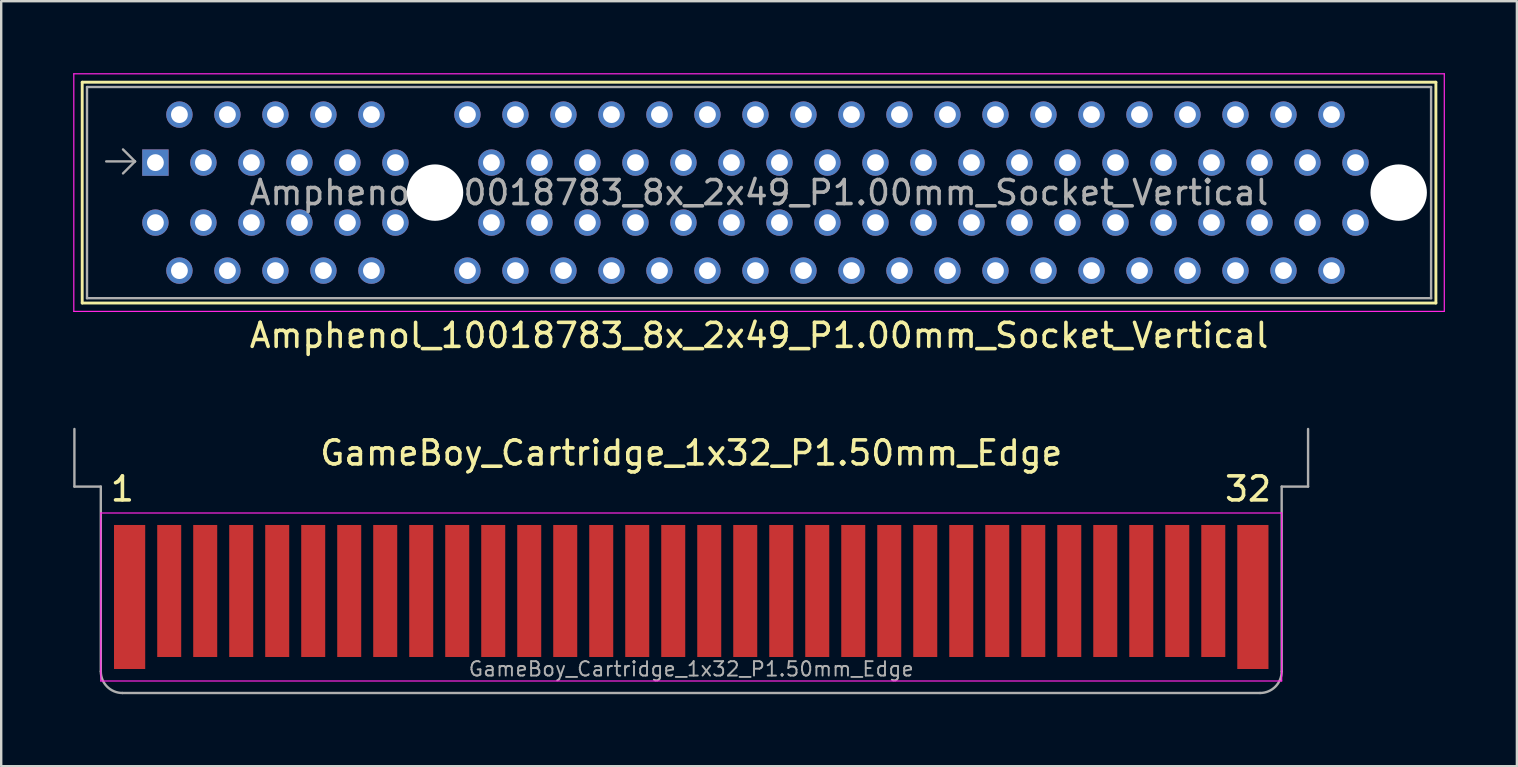
<source format=kicad_pcb>
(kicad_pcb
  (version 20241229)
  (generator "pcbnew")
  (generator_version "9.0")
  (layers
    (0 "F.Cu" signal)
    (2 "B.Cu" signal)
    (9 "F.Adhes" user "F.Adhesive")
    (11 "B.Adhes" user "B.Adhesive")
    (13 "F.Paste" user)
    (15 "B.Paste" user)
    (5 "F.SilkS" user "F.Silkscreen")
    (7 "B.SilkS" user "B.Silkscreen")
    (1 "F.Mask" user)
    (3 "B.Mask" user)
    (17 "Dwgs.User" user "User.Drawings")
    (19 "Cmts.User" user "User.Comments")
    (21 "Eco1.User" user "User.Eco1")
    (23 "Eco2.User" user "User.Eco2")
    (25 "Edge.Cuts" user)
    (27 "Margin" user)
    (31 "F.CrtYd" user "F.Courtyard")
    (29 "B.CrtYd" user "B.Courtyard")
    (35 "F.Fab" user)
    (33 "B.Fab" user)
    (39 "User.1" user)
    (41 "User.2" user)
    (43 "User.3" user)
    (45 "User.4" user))
  (footprint "Amphenol_10018783_8x_2x49_P1.00mm_Socket_Vertical"
    (layer "F.Cu")
    (at 3.425 3.725)
    (property "Reference" "Amphenol_10018783_8x_2x49_P1.00mm_Socket_Vertical" (at 25.15 7.2 0) (layer "F.SilkS") (effects (font (size 1 1) (thickness 0.15))))
    (attr through_hole)
    (fp_line (start -3.05 -3.35) (end -3.05 5.85) (stroke (width 0.12) (type solid)) (layer "F.SilkS"))
    (fp_line (start -3.05 5.85) (end 53.35 5.85) (stroke (width 0.12) (type solid)) (layer "F.SilkS"))
    (fp_line (start 53.35 -3.35) (end -3.05 -3.35) (stroke (width 0.12) (type solid)) (layer "F.SilkS"))
    (fp_line (start 53.35 5.85) (end 53.35 -3.35) (stroke (width 0.12) (type solid)) (layer "F.SilkS"))
    (fp_line (start -3.4 -3.7) (end -3.4 6.2) (stroke (width 0.05) (type solid)) (layer "F.CrtYd"))
    (fp_line (start -3.4 6.2) (end 53.7 6.2) (stroke (width 0.05) (type solid)) (layer "F.CrtYd"))
    (fp_line (start 53.7 -3.7) (end -3.4 -3.7) (stroke (width 0.05) (type solid)) (layer "F.CrtYd"))
    (fp_line (start 53.7 6.2) (end 53.7 -3.7) (stroke (width 0.05) (type solid)) (layer "F.CrtYd"))
    (fp_line (start -2.85 -3.15) (end -2.85 5.65) (stroke (width 0.1) (type solid)) (layer "F.Fab"))
    (fp_line (start -0.85 -0.05) (end -2.05 -0.05) (stroke (width 0.1) (type solid)) (layer "F.Fab"))
    (fp_line (start -0.85 -0.05) (end -1.35 -0.55) (stroke (width 0.1) (type solid)) (layer "F.Fab"))
    (fp_line (start -0.85 -0.05) (end -1.35 0.45) (stroke (width 0.1) (type solid)) (layer "F.Fab"))
    (fp_line (start 53.15 -3.15) (end -2.85 -3.15) (stroke (width 0.1) (type solid)) (layer "F.Fab"))
    (fp_line (start 53.15 -3.15) (end 53.15 5.65) (stroke (width 0.1) (type solid)) (layer "F.Fab"))
    (fp_line (start 53.15 5.65) (end -2.85 5.65) (stroke (width 0.1) (type solid)) (layer "F.Fab"))
    (fp_text user "${REFERENCE}" (at 25.15 1.25 0) (layer "F.Fab") (effects (font (size 1 1) (thickness 0.15))))
    (pad "" np_thru_hole circle (at 11.65 1.25) (size 2.35 2.35) (drill 2.35) (layers "*.Cu" "*.Mask"))
    (pad "" np_thru_hole circle (at 51.8 1.25) (size 2.35 2.35) (drill 2.35) (layers "*.Cu" "*.Mask"))
    (pad "A1" thru_hole rect (at 0 0) (size 1.1 1.1) (drill 0.7) (layers "*.Cu" "*.Mask"))
    (pad "A2" thru_hole circle (at 1 -2) (size 1.1 1.1) (drill 0.7) (layers "*.Cu" "*.Mask"))
    (pad "A3" thru_hole circle (at 2 0) (size 1.1 1.1) (drill 0.7) (layers "*.Cu" "*.Mask"))
    (pad "A4" thru_hole circle (at 3 -2) (size 1.1 1.1) (drill 0.7) (layers "*.Cu" "*.Mask"))
    (pad "A5" thru_hole circle (at 4 0) (size 1.1 1.1) (drill 0.7) (layers "*.Cu" "*.Mask"))
    (pad "A6" thru_hole circle (at 5 -2) (size 1.1 1.1) (drill 0.7) (layers "*.Cu" "*.Mask"))
    (pad "A7" thru_hole circle (at 6 0) (size 1.1 1.1) (drill 0.7) (layers "*.Cu" "*.Mask"))
    (pad "A8" thru_hole circle (at 7 -2) (size 1.1 1.1) (drill 0.7) (layers "*.Cu" "*.Mask"))
    (pad "A9" thru_hole circle (at 8 0) (size 1.1 1.1) (drill 0.7) (layers "*.Cu" "*.Mask"))
    (pad "A10" thru_hole circle (at 9 -2) (size 1.1 1.1) (drill 0.7) (layers "*.Cu" "*.Mask"))
    (pad "A11" thru_hole circle (at 10 0) (size 1.1 1.1) (drill 0.7) (layers "*.Cu" "*.Mask"))
    (pad "A12" thru_hole circle (at 13 -2) (size 1.1 1.1) (drill 0.7) (layers "*.Cu" "*.Mask"))
    (pad "A13" thru_hole circle (at 14 0) (size 1.1 1.1) (drill 0.7) (layers "*.Cu" "*.Mask"))
    (pad "A14" thru_hole circle (at 15 -2) (size 1.1 1.1) (drill 0.7) (layers "*.Cu" "*.Mask"))
    (pad "A15" thru_hole circle (at 16 0) (size 1.1 1.1) (drill 0.7) (layers "*.Cu" "*.Mask"))
    (pad "A16" thru_hole circle (at 17 -2) (size 1.1 1.1) (drill 0.7) (layers "*.Cu" "*.Mask"))
    (pad "A17" thru_hole circle (at 18 0) (size 1.1 1.1) (drill 0.7) (layers "*.Cu" "*.Mask"))
    (pad "A18" thru_hole circle (at 19 -2) (size 1.1 1.1) (drill 0.7) (layers "*.Cu" "*.Mask"))
    (pad "A19" thru_hole circle (at 20 0) (size 1.1 1.1) (drill 0.7) (layers "*.Cu" "*.Mask"))
    (pad "A20" thru_hole circle (at 21 -2) (size 1.1 1.1) (drill 0.7) (layers "*.Cu" "*.Mask"))
    (pad "A21" thru_hole circle (at 22 0) (size 1.1 1.1) (drill 0.7) (layers "*.Cu" "*.Mask"))
    (pad "A22" thru_hole circle (at 23 -2) (size 1.1 1.1) (drill 0.7) (layers "*.Cu" "*.Mask"))
    (pad "A23" thru_hole circle (at 24 0) (size 1.1 1.1) (drill 0.7) (layers "*.Cu" "*.Mask"))
    (pad "A24" thru_hole circle (at 25 -2) (size 1.1 1.1) (drill 0.7) (layers "*.Cu" "*.Mask"))
    (pad "A25" thru_hole circle (at 26 0) (size 1.1 1.1) (drill 0.7) (layers "*.Cu" "*.Mask"))
    (pad "A26" thru_hole circle (at 27 -2) (size 1.1 1.1) (drill 0.7) (layers "*.Cu" "*.Mask"))
    (pad "A27" thru_hole circle (at 28 0) (size 1.1 1.1) (drill 0.7) (layers "*.Cu" "*.Mask"))
    (pad "A28" thru_hole circle (at 29 -2) (size 1.1 1.1) (drill 0.7) (layers "*.Cu" "*.Mask"))
    (pad "A29" thru_hole circle (at 30 0) (size 1.1 1.1) (drill 0.7) (layers "*.Cu" "*.Mask"))
    (pad "A30" thru_hole circle (at 31 -2) (size 1.1 1.1) (drill 0.7) (layers "*.Cu" "*.Mask"))
    (pad "A31" thru_hole circle (at 32 0) (size 1.1 1.1) (drill 0.7) (layers "*.Cu" "*.Mask"))
    (pad "A32" thru_hole circle (at 33 -2) (size 1.1 1.1) (drill 0.7) (layers "*.Cu" "*.Mask"))
    (pad "A33" thru_hole circle (at 34 0) (size 1.1 1.1) (drill 0.7) (layers "*.Cu" "*.Mask"))
    (pad "A34" thru_hole circle (at 35 -2) (size 1.1 1.1) (drill 0.7) (layers "*.Cu" "*.Mask"))
    (pad "A35" thru_hole circle (at 36 0) (size 1.1 1.1) (drill 0.7) (layers "*.Cu" "*.Mask"))
    (pad "A36" thru_hole circle (at 37 -2) (size 1.1 1.1) (drill 0.7) (layers "*.Cu" "*.Mask"))
    (pad "A37" thru_hole circle (at 38 0) (size 1.1 1.1) (drill 0.7) (layers "*.Cu" "*.Mask"))
    (pad "A38" thru_hole circle (at 39 -2) (size 1.1 1.1) (drill 0.7) (layers "*.Cu" "*.Mask"))
    (pad "A39" thru_hole circle (at 40 0) (size 1.1 1.1) (drill 0.7) (layers "*.Cu" "*.Mask"))
    (pad "A40" thru_hole circle (at 41 -2) (size 1.1 1.1) (drill 0.7) (layers "*.Cu" "*.Mask"))
    (pad "A41" thru_hole circle (at 42 0) (size 1.1 1.1) (drill 0.7) (layers "*.Cu" "*.Mask"))
    (pad "A42" thru_hole circle (at 43 -2) (size 1.1 1.1) (drill 0.7) (layers "*.Cu" "*.Mask"))
    (pad "A43" thru_hole circle (at 44 0) (size 1.1 1.1) (drill 0.7) (layers "*.Cu" "*.Mask"))
    (pad "A44" thru_hole circle (at 45 -2) (size 1.1 1.1) (drill 0.7) (layers "*.Cu" "*.Mask"))
    (pad "A45" thru_hole circle (at 46 0) (size 1.1 1.1) (drill 0.7) (layers "*.Cu" "*.Mask"))
    (pad "A46" thru_hole circle (at 47 -2) (size 1.1 1.1) (drill 0.7) (layers "*.Cu" "*.Mask"))
    (pad "A47" thru_hole circle (at 48 0) (size 1.1 1.1) (drill 0.7) (layers "*.Cu" "*.Mask"))
    (pad "A48" thru_hole circle (at 49 -2) (size 1.1 1.1) (drill 0.7) (layers "*.Cu" "*.Mask"))
    (pad "A49" thru_hole circle (at 50 0) (size 1.1 1.1) (drill 0.7) (layers "*.Cu" "*.Mask"))
    (pad "B1" thru_hole circle (at 0 2.5) (size 1.1 1.1) (drill 0.7) (layers "*.Cu" "*.Mask"))
    (pad "B2" thru_hole circle (at 1 4.5) (size 1.1 1.1) (drill 0.7) (layers "*.Cu" "*.Mask"))
    (pad "B3" thru_hole circle (at 2 2.5) (size 1.1 1.1) (drill 0.7) (layers "*.Cu" "*.Mask"))
    (pad "B4" thru_hole circle (at 3 4.5) (size 1.1 1.1) (drill 0.7) (layers "*.Cu" "*.Mask"))
    (pad "B5" thru_hole circle (at 4 2.5) (size 1.1 1.1) (drill 0.7) (layers "*.Cu" "*.Mask"))
    (pad "B6" thru_hole circle (at 5 4.5) (size 1.1 1.1) (drill 0.7) (layers "*.Cu" "*.Mask"))
    (pad "B7" thru_hole circle (at 6 2.5) (size 1.1 1.1) (drill 0.7) (layers "*.Cu" "*.Mask"))
    (pad "B8" thru_hole circle (at 7 4.5) (size 1.1 1.1) (drill 0.7) (layers "*.Cu" "*.Mask"))
    (pad "B9" thru_hole circle (at 8 2.5) (size 1.1 1.1) (drill 0.7) (layers "*.Cu" "*.Mask"))
    (pad "B10" thru_hole circle (at 9 4.5) (size 1.1 1.1) (drill 0.7) (layers "*.Cu" "*.Mask"))
    (pad "B11" thru_hole circle (at 10 2.5) (size 1.1 1.1) (drill 0.7) (layers "*.Cu" "*.Mask"))
    (pad "B12" thru_hole circle (at 13 4.5) (size 1.1 1.1) (drill 0.7) (layers "*.Cu" "*.Mask"))
    (pad "B13" thru_hole circle (at 14 2.5) (size 1.1 1.1) (drill 0.7) (layers "*.Cu" "*.Mask"))
    (pad "B14" thru_hole circle (at 15 4.5) (size 1.1 1.1) (drill 0.7) (layers "*.Cu" "*.Mask"))
    (pad "B15" thru_hole circle (at 16 2.5) (size 1.1 1.1) (drill 0.7) (layers "*.Cu" "*.Mask"))
    (pad "B16" thru_hole circle (at 17 4.5) (size 1.1 1.1) (drill 0.7) (layers "*.Cu" "*.Mask"))
    (pad "B17" thru_hole circle (at 18 2.5) (size 1.1 1.1) (drill 0.7) (layers "*.Cu" "*.Mask"))
    (pad "B18" thru_hole circle (at 19 4.5) (size 1.1 1.1) (drill 0.7) (layers "*.Cu" "*.Mask"))
    (pad "B19" thru_hole circle (at 20 2.5) (size 1.1 1.1) (drill 0.7) (layers "*.Cu" "*.Mask"))
    (pad "B20" thru_hole circle (at 21 4.5) (size 1.1 1.1) (drill 0.7) (layers "*.Cu" "*.Mask"))
    (pad "B21" thru_hole circle (at 22 2.5) (size 1.1 1.1) (drill 0.7) (layers "*.Cu" "*.Mask"))
    (pad "B22" thru_hole circle (at 23 4.5) (size 1.1 1.1) (drill 0.7) (layers "*.Cu" "*.Mask"))
    (pad "B23" thru_hole circle (at 24 2.5) (size 1.1 1.1) (drill 0.7) (layers "*.Cu" "*.Mask"))
    (pad "B24" thru_hole circle (at 25 4.5) (size 1.1 1.1) (drill 0.7) (layers "*.Cu" "*.Mask"))
    (pad "B25" thru_hole circle (at 26 2.5) (size 1.1 1.1) (drill 0.7) (layers "*.Cu" "*.Mask"))
    (pad "B26" thru_hole circle (at 27 4.5) (size 1.1 1.1) (drill 0.7) (layers "*.Cu" "*.Mask"))
    (pad "B27" thru_hole circle (at 28 2.5) (size 1.1 1.1) (drill 0.7) (layers "*.Cu" "*.Mask"))
    (pad "B28" thru_hole circle (at 29 4.5) (size 1.1 1.1) (drill 0.7) (layers "*.Cu" "*.Mask"))
    (pad "B29" thru_hole circle (at 30 2.5) (size 1.1 1.1) (drill 0.7) (layers "*.Cu" "*.Mask"))
    (pad "B30" thru_hole circle (at 31 4.5) (size 1.1 1.1) (drill 0.7) (layers "*.Cu" "*.Mask"))
    (pad "B31" thru_hole circle (at 32 2.5) (size 1.1 1.1) (drill 0.7) (layers "*.Cu" "*.Mask"))
    (pad "B32" thru_hole circle (at 33 4.5) (size 1.1 1.1) (drill 0.7) (layers "*.Cu" "*.Mask"))
    (pad "B33" thru_hole circle (at 34 2.5) (size 1.1 1.1) (drill 0.7) (layers "*.Cu" "*.Mask"))
    (pad "B34" thru_hole circle (at 35 4.5) (size 1.1 1.1) (drill 0.7) (layers "*.Cu" "*.Mask"))
    (pad "B35" thru_hole circle (at 36 2.5) (size 1.1 1.1) (drill 0.7) (layers "*.Cu" "*.Mask"))
    (pad "B36" thru_hole circle (at 37 4.5) (size 1.1 1.1) (drill 0.7) (layers "*.Cu" "*.Mask"))
    (pad "B37" thru_hole circle (at 38 2.5) (size 1.1 1.1) (drill 0.7) (layers "*.Cu" "*.Mask"))
    (pad "B38" thru_hole circle (at 39 4.5) (size 1.1 1.1) (drill 0.7) (layers "*.Cu" "*.Mask"))
    (pad "B39" thru_hole circle (at 40 2.5) (size 1.1 1.1) (drill 0.7) (layers "*.Cu" "*.Mask"))
    (pad "B40" thru_hole circle (at 41 4.5) (size 1.1 1.1) (drill 0.7) (layers "*.Cu" "*.Mask"))
    (pad "B41" thru_hole circle (at 42 2.5) (size 1.1 1.1) (drill 0.7) (layers "*.Cu" "*.Mask"))
    (pad "B42" thru_hole circle (at 43 4.5) (size 1.1 1.1) (drill 0.7) (layers "*.Cu" "*.Mask"))
    (pad "B43" thru_hole circle (at 44 2.5) (size 1.1 1.1) (drill 0.7) (layers "*.Cu" "*.Mask"))
    (pad "B44" thru_hole circle (at 45 4.5) (size 1.1 1.1) (drill 0.7) (layers "*.Cu" "*.Mask"))
    (pad "B45" thru_hole circle (at 46 2.5) (size 1.1 1.1) (drill 0.7) (layers "*.Cu" "*.Mask"))
    (pad "B46" thru_hole circle (at 47 4.5) (size 1.1 1.1) (drill 0.7) (layers "*.Cu" "*.Mask"))
    (pad "B47" thru_hole circle (at 48 2.5) (size 1.1 1.1) (drill 0.7) (layers "*.Cu" "*.Mask"))
    (pad "B48" thru_hole circle (at 49 4.5) (size 1.1 1.1) (drill 0.7) (layers "*.Cu" "*.Mask"))
    (pad "B49" thru_hole circle (at 50 2.5) (size 1.1 1.1) (drill 0.7) (layers "*.Cu" "*.Mask")))
  (footprint "GameBoy_Cartridge_1x32_P1.50mm_Edge"
    (layer "F.Cu")
    (at 25.75 21.823)
    (property "Reference" "GameBoy_Cartridge_1x32_P1.50mm_Edge" (at 0 -6 0) (layer "F.SilkS") (effects (font (size 1 1) (thickness 0.15))))
    (attr exclude_from_pos_files exclude_from_bom)
    (fp_line (start -24.6 -3.5) (end 24.6 -3.5) (stroke (width 0.05) (type solid)) (layer "F.CrtYd"))
    (fp_line (start -24.6 3.5) (end -24.6 -3.5) (stroke (width 0.05) (type solid)) (layer "F.CrtYd"))
    (fp_line (start 24.6 -3.5) (end 24.6 3.5) (stroke (width 0.05) (type solid)) (layer "F.CrtYd"))
    (fp_line (start 24.6 3.5) (end -24.6 3.5) (stroke (width 0.05) (type solid)) (layer "F.CrtYd"))
    (fp_line (start -25.7 -4.6) (end -25.7 -7) (stroke (width 0.1) (type solid)) (layer "F.Fab"))
    (fp_line (start -24.6 -4.6) (end -25.7 -4.6) (stroke (width 0.1) (type solid)) (layer "F.Fab"))
    (fp_line (start -24.6 3.1) (end -24.6 -4.6) (stroke (width 0.1) (type solid)) (layer "F.Fab"))
    (fp_line (start -23.7 4) (end 23.7 4) (stroke (width 0.1) (type solid)) (layer "F.Fab"))
    (fp_line (start 24.6 -4.6) (end 25.7 -4.6) (stroke (width 0.1) (type solid)) (layer "F.Fab"))
    (fp_line (start 24.6 3.1) (end 24.6 -4.6) (stroke (width 0.1) (type solid)) (layer "F.Fab"))
    (fp_line (start 25.7 -4.6) (end 25.7 -7) (stroke (width 0.1) (type solid)) (layer "F.Fab"))
    (fp_arc (start -23.7 4) (mid -24.336396 3.736396) (end -24.6 3.1) (stroke (width 0.1) (type solid)) (layer "F.Fab"))
    (fp_arc (start 24.6 3.1) (mid 24.336396 3.736396) (end 23.7 4) (stroke (width 0.1) (type solid)) (layer "F.Fab"))
    (fp_text user "32" (at 23.2 -4.5 0) (layer "F.SilkS") (effects (font (size 1 1) (thickness 0.15))))
    (fp_text user "1" (at -23.7 -4.5 0) (layer "F.SilkS") (effects (font (size 1 1) (thickness 0.15))))
    (fp_text user "${REFERENCE}" (at 0 3 0) (layer "F.Fab") (effects (font (size 0.6 0.6) (thickness 0.08))))
    (pad "1" connect rect (at -23.4 0 90) (size 6 1.3) (layers "F.Cu" "F.Mask"))
    (pad "2" connect rect (at -21.75 -0.25 90) (size 5.5 1) (layers "F.Cu" "F.Mask"))
    (pad "3" connect rect (at -20.25 -0.25 90) (size 5.5 1) (layers "F.Cu" "F.Mask"))
    (pad "4" connect rect (at -18.75 -0.25 90) (size 5.5 1) (layers "F.Cu" "F.Mask"))
    (pad "5" connect rect (at -17.25 -0.25 90) (size 5.5 1) (layers "F.Cu" "F.Mask"))
    (pad "6" connect rect (at -15.75 -0.25 90) (size 5.5 1) (layers "F.Cu" "F.Mask"))
    (pad "7" connect rect (at -14.25 -0.25 90) (size 5.5 1) (layers "F.Cu" "F.Mask"))
    (pad "8" connect rect (at -12.75 -0.25 90) (size 5.5 1) (layers "F.Cu" "F.Mask"))
    (pad "9" connect rect (at -11.25 -0.25 90) (size 5.5 1) (layers "F.Cu" "F.Mask"))
    (pad "10" connect rect (at -9.75 -0.25 90) (size 5.5 1) (layers "F.Cu" "F.Mask"))
    (pad "11" connect rect (at -8.25 -0.25 90) (size 5.5 1) (layers "F.Cu" "F.Mask"))
    (pad "12" connect rect (at -6.75 -0.25 90) (size 5.5 1) (layers "F.Cu" "F.Mask"))
    (pad "13" connect rect (at -5.25 -0.25 90) (size 5.5 1) (layers "F.Cu" "F.Mask"))
    (pad "14" connect rect (at -3.75 -0.25 90) (size 5.5 1) (layers "F.Cu" "F.Mask"))
    (pad "15" connect rect (at -2.25 -0.25 90) (size 5.5 1) (layers "F.Cu" "F.Mask"))
    (pad "16" connect rect (at -0.75 -0.25 90) (size 5.5 1) (layers "F.Cu" "F.Mask"))
    (pad "17" connect rect (at 0.75 -0.25 90) (size 5.5 1) (layers "F.Cu" "F.Mask"))
    (pad "18" connect rect (at 2.25 -0.25 90) (size 5.5 1) (layers "F.Cu" "F.Mask"))
    (pad "19" connect rect (at 3.75 -0.25 90) (size 5.5 1) (layers "F.Cu" "F.Mask"))
    (pad "20" connect rect (at 5.25 -0.25 90) (size 5.5 1) (layers "F.Cu" "F.Mask"))
    (pad "21" connect rect (at 6.75 -0.25 90) (size 5.5 1) (layers "F.Cu" "F.Mask"))
    (pad "22" connect rect (at 8.25 -0.25 90) (size 5.5 1) (layers "F.Cu" "F.Mask"))
    (pad "23" connect rect (at 9.75 -0.25 90) (size 5.5 1) (layers "F.Cu" "F.Mask"))
    (pad "24" connect rect (at 11.25 -0.25 90) (size 5.5 1) (layers "F.Cu" "F.Mask"))
    (pad "25" connect rect (at 12.75 -0.25 90) (size 5.5 1) (layers "F.Cu" "F.Mask"))
    (pad "26" connect rect (at 14.25 -0.25 90) (size 5.5 1) (layers "F.Cu" "F.Mask"))
    (pad "27" connect rect (at 15.75 -0.25 90) (size 5.5 1) (layers "F.Cu" "F.Mask"))
    (pad "28" connect rect (at 17.25 -0.25 90) (size 5.5 1) (layers "F.Cu" "F.Mask"))
    (pad "29" connect rect (at 18.75 -0.25 90) (size 5.5 1) (layers "F.Cu" "F.Mask"))
    (pad "30" connect rect (at 20.25 -0.25 90) (size 5.5 1) (layers "F.Cu" "F.Mask"))
    (pad "31" connect rect (at 21.75 -0.25 90) (size 5.5 1) (layers "F.Cu" "F.Mask"))
    (pad "32" connect rect (at 23.4 0 90) (size 6 1.3) (layers "F.Cu" "F.Mask")))
  (gr_rect
    (start -3 -3)
    (end 60.15 28.873)
    (stroke (width 0.1) (type default))
    (fill no)
    (layer "Edge.Cuts")))
</source>
